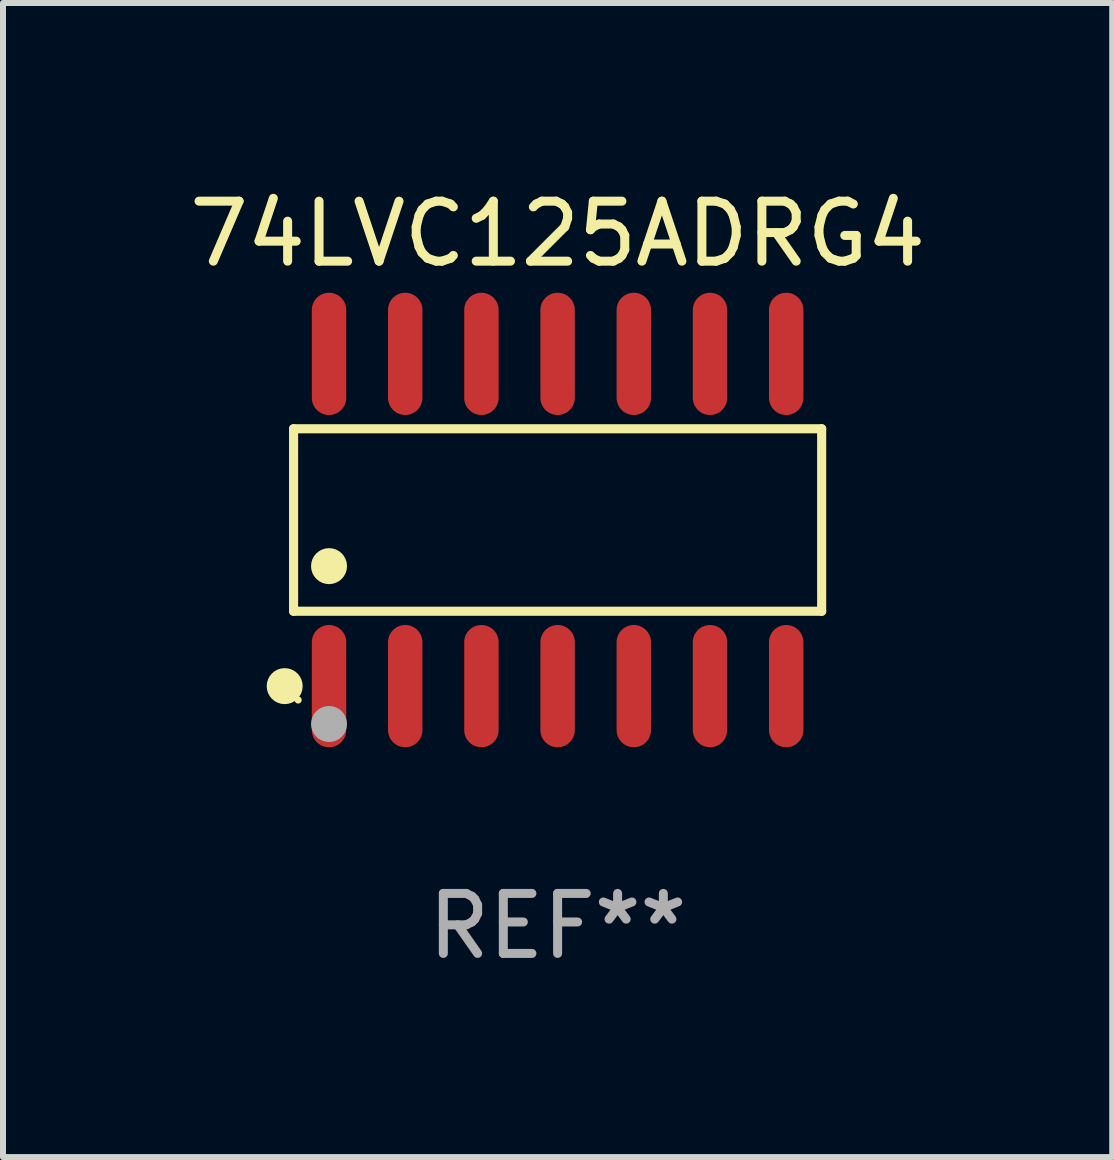
<source format=kicad_pcb>
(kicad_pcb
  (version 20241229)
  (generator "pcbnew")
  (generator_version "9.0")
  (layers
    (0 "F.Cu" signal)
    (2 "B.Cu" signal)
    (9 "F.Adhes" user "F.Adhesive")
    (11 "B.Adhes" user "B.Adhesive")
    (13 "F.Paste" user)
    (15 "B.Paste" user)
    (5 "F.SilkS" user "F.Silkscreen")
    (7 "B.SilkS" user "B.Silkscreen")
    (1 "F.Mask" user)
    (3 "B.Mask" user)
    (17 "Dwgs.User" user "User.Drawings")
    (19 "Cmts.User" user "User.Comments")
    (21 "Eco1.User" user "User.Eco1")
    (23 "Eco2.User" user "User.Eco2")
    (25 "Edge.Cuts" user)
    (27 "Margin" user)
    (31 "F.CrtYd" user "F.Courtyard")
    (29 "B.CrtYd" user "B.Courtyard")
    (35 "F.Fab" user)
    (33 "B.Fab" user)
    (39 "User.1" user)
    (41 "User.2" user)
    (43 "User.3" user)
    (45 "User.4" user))
  (footprint "74LVC125ADRG4"
    (layer "F.Cu")
    (at 6.244 5.617)
    (property "Reference" "74LVC125ADRG4" (at 0 -4.769 0) (layer "F.SilkS") (effects (font (size 1 1) (thickness 0.15))))
    (attr through_hole)
    (fp_line (start -4.401 -1.521) (end 4.401 -1.521) (stroke (width 0.152) (type solid)) (layer "F.SilkS"))
    (fp_line (start -4.401 1.521) (end -4.401 -1.521) (stroke (width 0.152) (type solid)) (layer "F.SilkS"))
    (fp_line (start 4.401 -1.521) (end 4.401 1.521) (stroke (width 0.152) (type solid)) (layer "F.SilkS"))
    (fp_line (start 4.401 1.521) (end -4.401 1.521) (stroke (width 0.152) (type solid)) (layer "F.SilkS"))
    (fp_circle (center -4.549 2.769) (end -4.399 2.769) (stroke (width 0.3) (type solid)) (fill no) (layer "F.SilkS"))
    (fp_circle (center -4.325 3) (end -4.295 3) (stroke (width 0.06) (type solid)) (fill no) (layer "F.SilkS"))
    (fp_circle (center -3.81 0.769) (end -3.66 0.769) (stroke (width 0.3) (type solid)) (fill no) (layer "F.SilkS"))
    (fp_circle (center -3.81 3.4) (end -3.66 3.4) (stroke (width 0.3) (type solid)) (fill no) (layer "F.Fab"))
    (fp_text user "REF**" (at 0 6.769 0) (layer "F.Fab") (effects (font (size 1 1) (thickness 0.15))))
    (pad "1" smd oval (at -3.81 2.769) (size 0.574 2.038) (layers "F.Cu" "F.Mask" "F.Paste"))
    (pad "2" smd oval (at -2.54 2.769) (size 0.574 2.038) (layers "F.Cu" "F.Mask" "F.Paste"))
    (pad "3" smd oval (at -1.27 2.769) (size 0.574 2.038) (layers "F.Cu" "F.Mask" "F.Paste"))
    (pad "4" smd oval (at 0 2.769) (size 0.574 2.038) (layers "F.Cu" "F.Mask" "F.Paste"))
    (pad "5" smd oval (at 1.27 2.769) (size 0.574 2.038) (layers "F.Cu" "F.Mask" "F.Paste"))
    (pad "6" smd oval (at 2.54 2.769) (size 0.574 2.038) (layers "F.Cu" "F.Mask" "F.Paste"))
    (pad "7" smd oval (at 3.81 2.769) (size 0.574 2.038) (layers "F.Cu" "F.Mask" "F.Paste"))
    (pad "8" smd oval (at 3.81 -2.769) (size 0.574 2.038) (layers "F.Cu" "F.Mask" "F.Paste"))
    (pad "9" smd oval (at 2.54 -2.769) (size 0.574 2.038) (layers "F.Cu" "F.Mask" "F.Paste"))
    (pad "10" smd oval (at 1.27 -2.769) (size 0.574 2.038) (layers "F.Cu" "F.Mask" "F.Paste"))
    (pad "11" smd oval (at 0 -2.769) (size 0.574 2.038) (layers "F.Cu" "F.Mask" "F.Paste"))
    (pad "12" smd oval (at -1.27 -2.769) (size 0.574 2.038) (layers "F.Cu" "F.Mask" "F.Paste"))
    (pad "13" smd oval (at -2.54 -2.769) (size 0.574 2.038) (layers "F.Cu" "F.Mask" "F.Paste"))
    (pad "14" smd oval (at -3.81 -2.769) (size 0.574 2.038) (layers "F.Cu" "F.Mask" "F.Paste")))
  (gr_rect
    (start -3 -3)
    (end 15.488 16.235)
    (stroke (width 0.1) (type default))
    (fill no)
    (layer "Edge.Cuts")))
</source>
